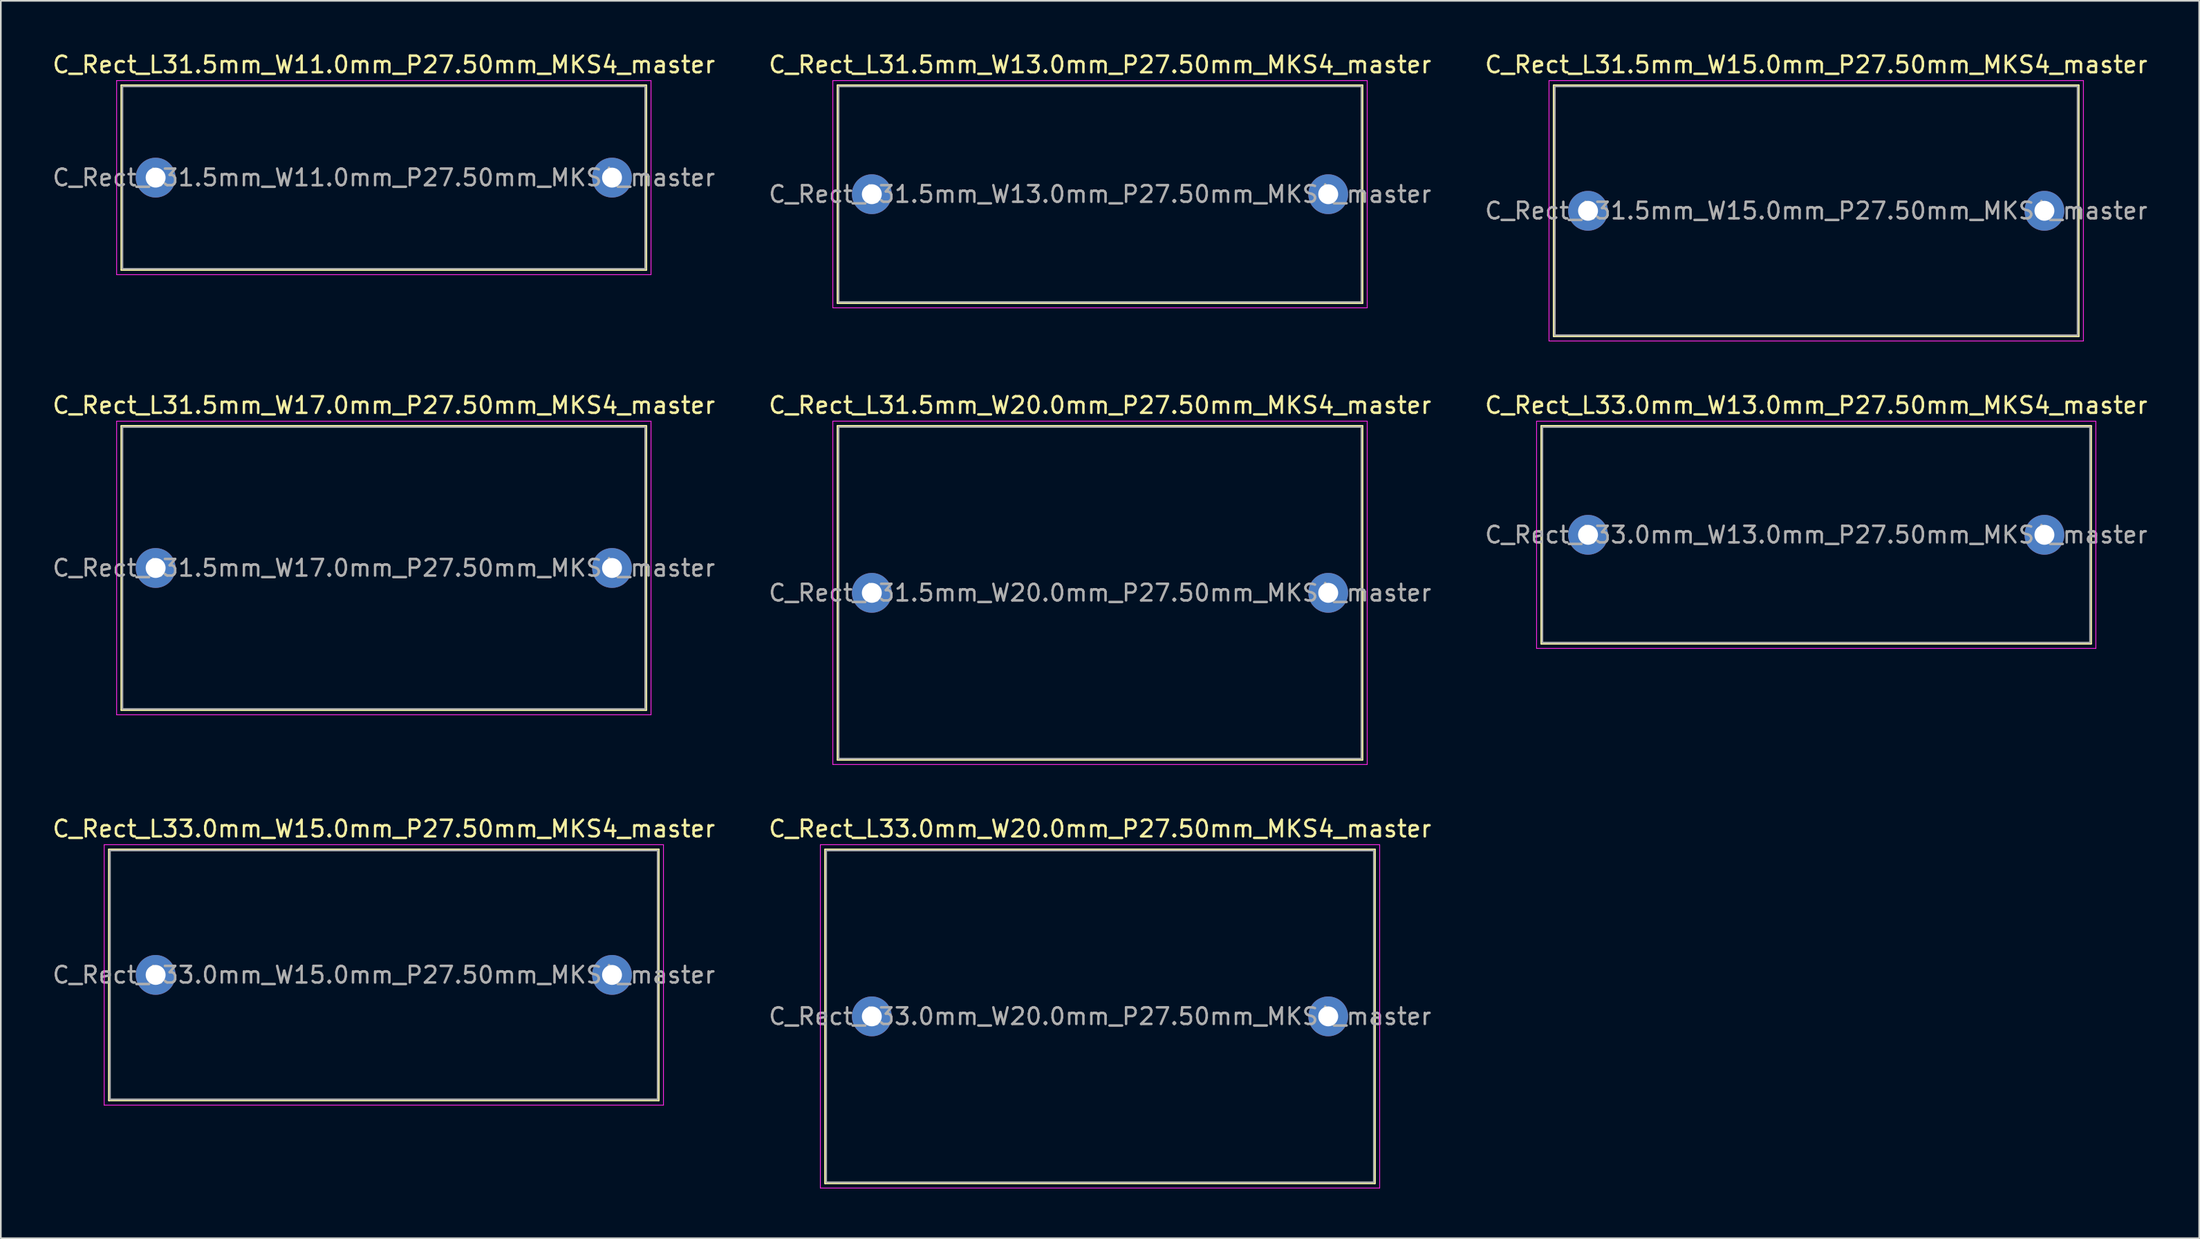
<source format=kicad_pcb>
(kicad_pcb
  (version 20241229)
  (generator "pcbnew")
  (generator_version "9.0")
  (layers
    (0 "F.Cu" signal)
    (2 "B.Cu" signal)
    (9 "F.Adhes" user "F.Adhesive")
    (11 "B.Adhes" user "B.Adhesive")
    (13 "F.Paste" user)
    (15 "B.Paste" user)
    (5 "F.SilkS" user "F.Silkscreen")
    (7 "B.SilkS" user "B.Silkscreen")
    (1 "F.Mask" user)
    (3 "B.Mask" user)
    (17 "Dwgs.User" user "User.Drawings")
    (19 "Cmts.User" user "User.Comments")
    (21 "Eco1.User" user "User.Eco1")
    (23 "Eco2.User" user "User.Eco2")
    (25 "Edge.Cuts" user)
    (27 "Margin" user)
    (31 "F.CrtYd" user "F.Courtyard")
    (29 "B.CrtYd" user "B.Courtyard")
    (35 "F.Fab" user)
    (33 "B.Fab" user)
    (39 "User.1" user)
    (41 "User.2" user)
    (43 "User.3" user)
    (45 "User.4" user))
  (footprint "C_Rect_L31.5mm_W11.0mm_P27.50mm_MKS4_master"
    (layer "F.Cu")
    (at 6.327 7.658)
    (property "Reference" "C_Rect_L31.5mm_W11.0mm_P27.50mm_MKS4_master" (at 13.75 -6.81 0) (layer "F.SilkS") (effects (font (size 1 1) (thickness 0.15))))
    (attr through_hole)
    (fp_line (start -2.06 -5.56) (end -2.06 5.56) (stroke (width 0.12) (type solid)) (layer "F.SilkS"))
    (fp_line (start -2.06 -5.56) (end 29.56 -5.56) (stroke (width 0.12) (type solid)) (layer "F.SilkS"))
    (fp_line (start -2.06 5.56) (end 29.56 5.56) (stroke (width 0.12) (type solid)) (layer "F.SilkS"))
    (fp_line (start 29.56 -5.56) (end 29.56 5.56) (stroke (width 0.12) (type solid)) (layer "F.SilkS"))
    (fp_line (start -2.35 -5.85) (end -2.35 5.85) (stroke (width 0.05) (type solid)) (layer "F.CrtYd"))
    (fp_line (start -2.35 5.85) (end 29.85 5.85) (stroke (width 0.05) (type solid)) (layer "F.CrtYd"))
    (fp_line (start 29.85 -5.85) (end -2.35 -5.85) (stroke (width 0.05) (type solid)) (layer "F.CrtYd"))
    (fp_line (start 29.85 5.85) (end 29.85 -5.85) (stroke (width 0.05) (type solid)) (layer "F.CrtYd"))
    (fp_line (start -2 -5.5) (end -2 5.5) (stroke (width 0.1) (type solid)) (layer "F.Fab"))
    (fp_line (start -2 5.5) (end 29.5 5.5) (stroke (width 0.1) (type solid)) (layer "F.Fab"))
    (fp_line (start 29.5 -5.5) (end -2 -5.5) (stroke (width 0.1) (type solid)) (layer "F.Fab"))
    (fp_line (start 29.5 5.5) (end 29.5 -5.5) (stroke (width 0.1) (type solid)) (layer "F.Fab"))
    (fp_text user "${REFERENCE}" (at 13.75 0 0) (layer "F.Fab") (effects (font (size 1 1) (thickness 0.15))))
    (pad "1" thru_hole circle (at 0 0) (size 2.4 2.4) (drill 1.2) (layers "*.Cu" "*.Mask"))
    (pad "2" thru_hole circle (at 27.5 0) (size 2.4 2.4) (drill 1.2) (layers "*.Cu" "*.Mask")))
  (footprint "C_Rect_L33.0mm_W20.0mm_P27.50mm_MKS4_master"
    (layer "F.Cu")
    (at 49.482 58.225)
    (property "Reference" "C_Rect_L33.0mm_W20.0mm_P27.50mm_MKS4_master" (at 13.75 -11.31 0) (layer "F.SilkS") (effects (font (size 1 1) (thickness 0.15))))
    (attr through_hole)
    (fp_line (start -2.81 -10.06) (end -2.81 10.06) (stroke (width 0.12) (type solid)) (layer "F.SilkS"))
    (fp_line (start -2.81 -10.06) (end 30.31 -10.06) (stroke (width 0.12) (type solid)) (layer "F.SilkS"))
    (fp_line (start -2.81 10.06) (end 30.31 10.06) (stroke (width 0.12) (type solid)) (layer "F.SilkS"))
    (fp_line (start 30.31 -10.06) (end 30.31 10.06) (stroke (width 0.12) (type solid)) (layer "F.SilkS"))
    (fp_line (start -3.1 -10.35) (end -3.1 10.35) (stroke (width 0.05) (type solid)) (layer "F.CrtYd"))
    (fp_line (start -3.1 10.35) (end 30.6 10.35) (stroke (width 0.05) (type solid)) (layer "F.CrtYd"))
    (fp_line (start 30.6 -10.35) (end -3.1 -10.35) (stroke (width 0.05) (type solid)) (layer "F.CrtYd"))
    (fp_line (start 30.6 10.35) (end 30.6 -10.35) (stroke (width 0.05) (type solid)) (layer "F.CrtYd"))
    (fp_line (start -2.75 -10) (end -2.75 10) (stroke (width 0.1) (type solid)) (layer "F.Fab"))
    (fp_line (start -2.75 10) (end 30.25 10) (stroke (width 0.1) (type solid)) (layer "F.Fab"))
    (fp_line (start 30.25 -10) (end -2.75 -10) (stroke (width 0.1) (type solid)) (layer "F.Fab"))
    (fp_line (start 30.25 10) (end 30.25 -10) (stroke (width 0.1) (type solid)) (layer "F.Fab"))
    (fp_text user "${REFERENCE}" (at 13.75 0 0) (layer "F.Fab") (effects (font (size 1 1) (thickness 0.15))))
    (pad "1" thru_hole circle (at 0 0) (size 2.4 2.4) (drill 1.2) (layers "*.Cu" "*.Mask"))
    (pad "2" thru_hole circle (at 27.5 0) (size 2.4 2.4) (drill 1.2) (layers "*.Cu" "*.Mask")))
  (footprint "C_Rect_L33.0mm_W13.0mm_P27.50mm_MKS4_master"
    (layer "F.Cu")
    (at 92.637 29.192)
    (property "Reference" "C_Rect_L33.0mm_W13.0mm_P27.50mm_MKS4_master" (at 13.75 -7.81 0) (layer "F.SilkS") (effects (font (size 1 1) (thickness 0.15))))
    (attr through_hole)
    (fp_line (start -2.81 -6.56) (end -2.81 6.56) (stroke (width 0.12) (type solid)) (layer "F.SilkS"))
    (fp_line (start -2.81 -6.56) (end 30.31 -6.56) (stroke (width 0.12) (type solid)) (layer "F.SilkS"))
    (fp_line (start -2.81 6.56) (end 30.31 6.56) (stroke (width 0.12) (type solid)) (layer "F.SilkS"))
    (fp_line (start 30.31 -6.56) (end 30.31 6.56) (stroke (width 0.12) (type solid)) (layer "F.SilkS"))
    (fp_line (start -3.1 -6.85) (end -3.1 6.85) (stroke (width 0.05) (type solid)) (layer "F.CrtYd"))
    (fp_line (start -3.1 6.85) (end 30.6 6.85) (stroke (width 0.05) (type solid)) (layer "F.CrtYd"))
    (fp_line (start 30.6 -6.85) (end -3.1 -6.85) (stroke (width 0.05) (type solid)) (layer "F.CrtYd"))
    (fp_line (start 30.6 6.85) (end 30.6 -6.85) (stroke (width 0.05) (type solid)) (layer "F.CrtYd"))
    (fp_line (start -2.75 -6.5) (end -2.75 6.5) (stroke (width 0.1) (type solid)) (layer "F.Fab"))
    (fp_line (start -2.75 6.5) (end 30.25 6.5) (stroke (width 0.1) (type solid)) (layer "F.Fab"))
    (fp_line (start 30.25 -6.5) (end -2.75 -6.5) (stroke (width 0.1) (type solid)) (layer "F.Fab"))
    (fp_line (start 30.25 6.5) (end 30.25 -6.5) (stroke (width 0.1) (type solid)) (layer "F.Fab"))
    (fp_text user "${REFERENCE}" (at 13.75 0 0) (layer "F.Fab") (effects (font (size 1 1) (thickness 0.15))))
    (pad "1" thru_hole circle (at 0 0) (size 2.4 2.4) (drill 1.2) (layers "*.Cu" "*.Mask"))
    (pad "2" thru_hole circle (at 27.5 0) (size 2.4 2.4) (drill 1.2) (layers "*.Cu" "*.Mask")))
  (footprint "C_Rect_L33.0mm_W15.0mm_P27.50mm_MKS4_master"
    (layer "F.Cu")
    (at 6.327 55.725)
    (property "Reference" "C_Rect_L33.0mm_W15.0mm_P27.50mm_MKS4_master" (at 13.75 -8.81 0) (layer "F.SilkS") (effects (font (size 1 1) (thickness 0.15))))
    (attr through_hole)
    (fp_line (start -2.81 -7.56) (end -2.81 7.56) (stroke (width 0.12) (type solid)) (layer "F.SilkS"))
    (fp_line (start -2.81 -7.56) (end 30.31 -7.56) (stroke (width 0.12) (type solid)) (layer "F.SilkS"))
    (fp_line (start -2.81 7.56) (end 30.31 7.56) (stroke (width 0.12) (type solid)) (layer "F.SilkS"))
    (fp_line (start 30.31 -7.56) (end 30.31 7.56) (stroke (width 0.12) (type solid)) (layer "F.SilkS"))
    (fp_line (start -3.1 -7.85) (end -3.1 7.85) (stroke (width 0.05) (type solid)) (layer "F.CrtYd"))
    (fp_line (start -3.1 7.85) (end 30.6 7.85) (stroke (width 0.05) (type solid)) (layer "F.CrtYd"))
    (fp_line (start 30.6 -7.85) (end -3.1 -7.85) (stroke (width 0.05) (type solid)) (layer "F.CrtYd"))
    (fp_line (start 30.6 7.85) (end 30.6 -7.85) (stroke (width 0.05) (type solid)) (layer "F.CrtYd"))
    (fp_line (start -2.75 -7.5) (end -2.75 7.5) (stroke (width 0.1) (type solid)) (layer "F.Fab"))
    (fp_line (start -2.75 7.5) (end 30.25 7.5) (stroke (width 0.1) (type solid)) (layer "F.Fab"))
    (fp_line (start 30.25 -7.5) (end -2.75 -7.5) (stroke (width 0.1) (type solid)) (layer "F.Fab"))
    (fp_line (start 30.25 7.5) (end 30.25 -7.5) (stroke (width 0.1) (type solid)) (layer "F.Fab"))
    (fp_text user "${REFERENCE}" (at 13.75 0 0) (layer "F.Fab") (effects (font (size 1 1) (thickness 0.15))))
    (pad "1" thru_hole circle (at 0 0) (size 2.4 2.4) (drill 1.2) (layers "*.Cu" "*.Mask"))
    (pad "2" thru_hole circle (at 27.5 0) (size 2.4 2.4) (drill 1.2) (layers "*.Cu" "*.Mask")))
  (footprint "C_Rect_L31.5mm_W15.0mm_P27.50mm_MKS4_master"
    (layer "F.Cu")
    (at 92.637 9.658)
    (property "Reference" "C_Rect_L31.5mm_W15.0mm_P27.50mm_MKS4_master" (at 13.75 -8.81 0) (layer "F.SilkS") (effects (font (size 1 1) (thickness 0.15))))
    (attr through_hole)
    (fp_line (start -2.06 -7.56) (end -2.06 7.56) (stroke (width 0.12) (type solid)) (layer "F.SilkS"))
    (fp_line (start -2.06 -7.56) (end 29.56 -7.56) (stroke (width 0.12) (type solid)) (layer "F.SilkS"))
    (fp_line (start -2.06 7.56) (end 29.56 7.56) (stroke (width 0.12) (type solid)) (layer "F.SilkS"))
    (fp_line (start 29.56 -7.56) (end 29.56 7.56) (stroke (width 0.12) (type solid)) (layer "F.SilkS"))
    (fp_line (start -2.35 -7.85) (end -2.35 7.85) (stroke (width 0.05) (type solid)) (layer "F.CrtYd"))
    (fp_line (start -2.35 7.85) (end 29.85 7.85) (stroke (width 0.05) (type solid)) (layer "F.CrtYd"))
    (fp_line (start 29.85 -7.85) (end -2.35 -7.85) (stroke (width 0.05) (type solid)) (layer "F.CrtYd"))
    (fp_line (start 29.85 7.85) (end 29.85 -7.85) (stroke (width 0.05) (type solid)) (layer "F.CrtYd"))
    (fp_line (start -2 -7.5) (end -2 7.5) (stroke (width 0.1) (type solid)) (layer "F.Fab"))
    (fp_line (start -2 7.5) (end 29.5 7.5) (stroke (width 0.1) (type solid)) (layer "F.Fab"))
    (fp_line (start 29.5 -7.5) (end -2 -7.5) (stroke (width 0.1) (type solid)) (layer "F.Fab"))
    (fp_line (start 29.5 7.5) (end 29.5 -7.5) (stroke (width 0.1) (type solid)) (layer "F.Fab"))
    (fp_text user "${REFERENCE}" (at 13.75 0 0) (layer "F.Fab") (effects (font (size 1 1) (thickness 0.15))))
    (pad "1" thru_hole circle (at 0 0) (size 2.4 2.4) (drill 1.2) (layers "*.Cu" "*.Mask"))
    (pad "2" thru_hole circle (at 27.5 0) (size 2.4 2.4) (drill 1.2) (layers "*.Cu" "*.Mask")))
  (footprint "C_Rect_L31.5mm_W13.0mm_P27.50mm_MKS4_master"
    (layer "F.Cu")
    (at 49.482 8.658)
    (property "Reference" "C_Rect_L31.5mm_W13.0mm_P27.50mm_MKS4_master" (at 13.75 -7.81 0) (layer "F.SilkS") (effects (font (size 1 1) (thickness 0.15))))
    (attr through_hole)
    (fp_line (start -2.06 -6.56) (end -2.06 6.56) (stroke (width 0.12) (type solid)) (layer "F.SilkS"))
    (fp_line (start -2.06 -6.56) (end 29.56 -6.56) (stroke (width 0.12) (type solid)) (layer "F.SilkS"))
    (fp_line (start -2.06 6.56) (end 29.56 6.56) (stroke (width 0.12) (type solid)) (layer "F.SilkS"))
    (fp_line (start 29.56 -6.56) (end 29.56 6.56) (stroke (width 0.12) (type solid)) (layer "F.SilkS"))
    (fp_line (start -2.35 -6.85) (end -2.35 6.85) (stroke (width 0.05) (type solid)) (layer "F.CrtYd"))
    (fp_line (start -2.35 6.85) (end 29.85 6.85) (stroke (width 0.05) (type solid)) (layer "F.CrtYd"))
    (fp_line (start 29.85 -6.85) (end -2.35 -6.85) (stroke (width 0.05) (type solid)) (layer "F.CrtYd"))
    (fp_line (start 29.85 6.85) (end 29.85 -6.85) (stroke (width 0.05) (type solid)) (layer "F.CrtYd"))
    (fp_line (start -2 -6.5) (end -2 6.5) (stroke (width 0.1) (type solid)) (layer "F.Fab"))
    (fp_line (start -2 6.5) (end 29.5 6.5) (stroke (width 0.1) (type solid)) (layer "F.Fab"))
    (fp_line (start 29.5 -6.5) (end -2 -6.5) (stroke (width 0.1) (type solid)) (layer "F.Fab"))
    (fp_line (start 29.5 6.5) (end 29.5 -6.5) (stroke (width 0.1) (type solid)) (layer "F.Fab"))
    (fp_text user "${REFERENCE}" (at 13.75 0 0) (layer "F.Fab") (effects (font (size 1 1) (thickness 0.15))))
    (pad "1" thru_hole circle (at 0 0) (size 2.4 2.4) (drill 1.2) (layers "*.Cu" "*.Mask"))
    (pad "2" thru_hole circle (at 27.5 0) (size 2.4 2.4) (drill 1.2) (layers "*.Cu" "*.Mask")))
  (footprint "C_Rect_L31.5mm_W17.0mm_P27.50mm_MKS4_master"
    (layer "F.Cu")
    (at 6.327 31.192)
    (property "Reference" "C_Rect_L31.5mm_W17.0mm_P27.50mm_MKS4_master" (at 13.75 -9.81 0) (layer "F.SilkS") (effects (font (size 1 1) (thickness 0.15))))
    (attr through_hole)
    (fp_line (start -2.06 -8.56) (end -2.06 8.56) (stroke (width 0.12) (type solid)) (layer "F.SilkS"))
    (fp_line (start -2.06 -8.56) (end 29.56 -8.56) (stroke (width 0.12) (type solid)) (layer "F.SilkS"))
    (fp_line (start -2.06 8.56) (end 29.56 8.56) (stroke (width 0.12) (type solid)) (layer "F.SilkS"))
    (fp_line (start 29.56 -8.56) (end 29.56 8.56) (stroke (width 0.12) (type solid)) (layer "F.SilkS"))
    (fp_line (start -2.35 -8.85) (end -2.35 8.85) (stroke (width 0.05) (type solid)) (layer "F.CrtYd"))
    (fp_line (start -2.35 8.85) (end 29.85 8.85) (stroke (width 0.05) (type solid)) (layer "F.CrtYd"))
    (fp_line (start 29.85 -8.85) (end -2.35 -8.85) (stroke (width 0.05) (type solid)) (layer "F.CrtYd"))
    (fp_line (start 29.85 8.85) (end 29.85 -8.85) (stroke (width 0.05) (type solid)) (layer "F.CrtYd"))
    (fp_line (start -2 -8.5) (end -2 8.5) (stroke (width 0.1) (type solid)) (layer "F.Fab"))
    (fp_line (start -2 8.5) (end 29.5 8.5) (stroke (width 0.1) (type solid)) (layer "F.Fab"))
    (fp_line (start 29.5 -8.5) (end -2 -8.5) (stroke (width 0.1) (type solid)) (layer "F.Fab"))
    (fp_line (start 29.5 8.5) (end 29.5 -8.5) (stroke (width 0.1) (type solid)) (layer "F.Fab"))
    (fp_text user "${REFERENCE}" (at 13.75 0 0) (layer "F.Fab") (effects (font (size 1 1) (thickness 0.15))))
    (pad "1" thru_hole circle (at 0 0) (size 2.4 2.4) (drill 1.2) (layers "*.Cu" "*.Mask"))
    (pad "2" thru_hole circle (at 27.5 0) (size 2.4 2.4) (drill 1.2) (layers "*.Cu" "*.Mask")))
  (footprint "C_Rect_L31.5mm_W20.0mm_P27.50mm_MKS4_master"
    (layer "F.Cu")
    (at 49.482 32.691)
    (property "Reference" "C_Rect_L31.5mm_W20.0mm_P27.50mm_MKS4_master" (at 13.75 -11.31 0) (layer "F.SilkS") (effects (font (size 1 1) (thickness 0.15))))
    (attr through_hole)
    (fp_line (start -2.06 -10.06) (end -2.06 10.06) (stroke (width 0.12) (type solid)) (layer "F.SilkS"))
    (fp_line (start -2.06 -10.06) (end 29.56 -10.06) (stroke (width 0.12) (type solid)) (layer "F.SilkS"))
    (fp_line (start -2.06 10.06) (end 29.56 10.06) (stroke (width 0.12) (type solid)) (layer "F.SilkS"))
    (fp_line (start 29.56 -10.06) (end 29.56 10.06) (stroke (width 0.12) (type solid)) (layer "F.SilkS"))
    (fp_line (start -2.35 -10.35) (end -2.35 10.35) (stroke (width 0.05) (type solid)) (layer "F.CrtYd"))
    (fp_line (start -2.35 10.35) (end 29.85 10.35) (stroke (width 0.05) (type solid)) (layer "F.CrtYd"))
    (fp_line (start 29.85 -10.35) (end -2.35 -10.35) (stroke (width 0.05) (type solid)) (layer "F.CrtYd"))
    (fp_line (start 29.85 10.35) (end 29.85 -10.35) (stroke (width 0.05) (type solid)) (layer "F.CrtYd"))
    (fp_line (start -2 -10) (end -2 10) (stroke (width 0.1) (type solid)) (layer "F.Fab"))
    (fp_line (start -2 10) (end 29.5 10) (stroke (width 0.1) (type solid)) (layer "F.Fab"))
    (fp_line (start 29.5 -10) (end -2 -10) (stroke (width 0.1) (type solid)) (layer "F.Fab"))
    (fp_line (start 29.5 10) (end 29.5 -10) (stroke (width 0.1) (type solid)) (layer "F.Fab"))
    (fp_text user "${REFERENCE}" (at 13.75 0 0) (layer "F.Fab") (effects (font (size 1 1) (thickness 0.15))))
    (pad "1" thru_hole circle (at 0 0) (size 2.4 2.4) (drill 1.2) (layers "*.Cu" "*.Mask"))
    (pad "2" thru_hole circle (at 27.5 0) (size 2.4 2.4) (drill 1.2) (layers "*.Cu" "*.Mask")))
  (gr_rect
    (start -3 -3)
    (end 129.464 71.6)
    (stroke (width 0.1) (type default))
    (fill no)
    (layer "Edge.Cuts")))
</source>
